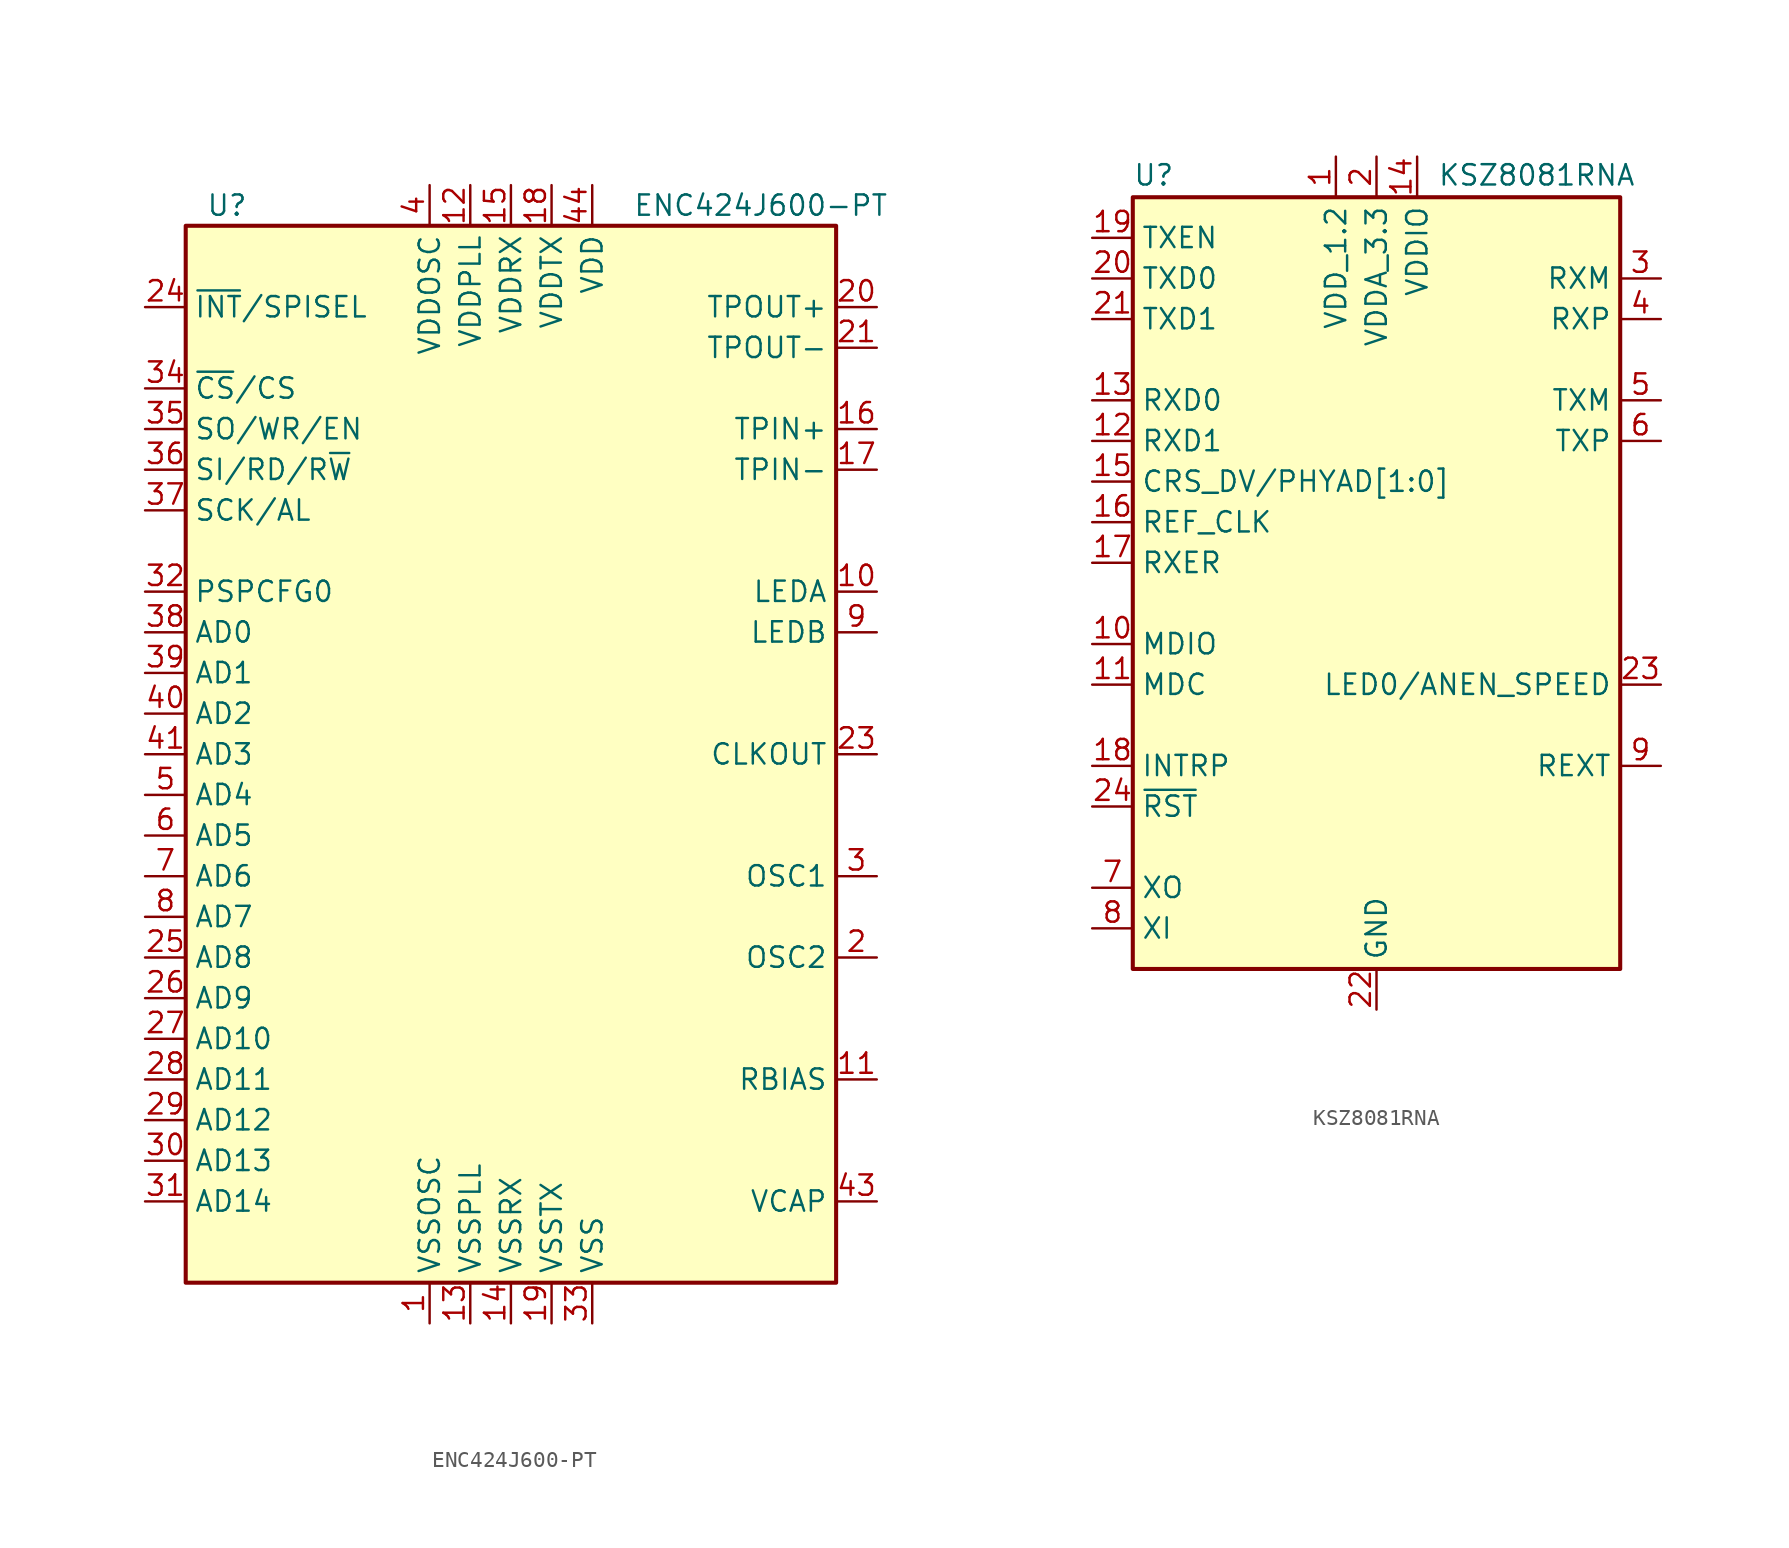
<source format=kicad_sym>
(kicad_symbol_lib
  (version 20211014)
  (generator kicad_symbol_editor)
  (symbol "ENC424J600-PT"
    (property "Reference" "U"
      (at -19.05 34.29 0)
      (effects (font (size 1.27 1.27)) (justify left)))
    (property "Value" "ENC424J600-PT"
      (at 7.62 34.29 0)
      (effects (font (size 1.27 1.27)) (justify left)))
    (symbol "ENC424J600-PT_0_1"
      (rectangle (start -20.32 33.02) (end 20.32 -33.02) (stroke (width 0.254) (type default) (color 0 0 0 0)) (fill (type background))))
    (symbol "ENC424J600-PT_1_1"
      (pin power_in line (at -5.08 -35.56 90) (length 2.54) (name "VSSOSC" (effects (font (size 1.27 1.27)))) (number "1" (effects (font (size 1.27 1.27)))))
      (pin output line (at 22.86 10.16 180) (length 2.54) (name "LEDA" (effects (font (size 1.27 1.27)))) (number "10" (effects (font (size 1.27 1.27)))))
      (pin input line (at 22.86 -20.32 180) (length 2.54) (name "RBIAS" (effects (font (size 1.27 1.27)))) (number "11" (effects (font (size 1.27 1.27)))))
      (pin power_in line (at -2.54 35.56 270) (length 2.54) (name "VDDPLL" (effects (font (size 1.27 1.27)))) (number "12" (effects (font (size 1.27 1.27)))))
      (pin power_in line (at -2.54 -35.56 90) (length 2.54) (name "VSSPLL" (effects (font (size 1.27 1.27)))) (number "13" (effects (font (size 1.27 1.27)))))
      (pin power_in line (at 0 -35.56 90) (length 2.54) (name "VSSRX" (effects (font (size 1.27 1.27)))) (number "14" (effects (font (size 1.27 1.27)))))
      (pin power_in line (at 0 35.56 270) (length 2.54) (name "VDDRX" (effects (font (size 1.27 1.27)))) (number "15" (effects (font (size 1.27 1.27)))))
      (pin input line (at 22.86 20.32 180) (length 2.54) (name "TPIN+" (effects (font (size 1.27 1.27)))) (number "16" (effects (font (size 1.27 1.27)))))
      (pin input line (at 22.86 17.78 180) (length 2.54) (name "TPIN-" (effects (font (size 1.27 1.27)))) (number "17" (effects (font (size 1.27 1.27)))))
      (pin power_in line (at 2.54 35.56 270) (length 2.54) (name "VDDTX" (effects (font (size 1.27 1.27)))) (number "18" (effects (font (size 1.27 1.27)))))
      (pin power_in line (at 2.54 -35.56 90) (length 2.54) (name "VSSTX" (effects (font (size 1.27 1.27)))) (number "19" (effects (font (size 1.27 1.27)))))
      (pin output line (at 22.86 -12.7 180) (length 2.54) (name "OSC2" (effects (font (size 1.27 1.27)))) (number "2" (effects (font (size 1.27 1.27)))))
      (pin output line (at 22.86 27.94 180) (length 2.54) (name "TPOUT+" (effects (font (size 1.27 1.27)))) (number "20" (effects (font (size 1.27 1.27)))))
      (pin output line (at 22.86 25.4 180) (length 2.54) (name "TPOUT-" (effects (font (size 1.27 1.27)))) (number "21" (effects (font (size 1.27 1.27)))))
      (pin passive line (at 2.54 -35.56 90) (length 2.54) hide (name "VSSTX" (effects (font (size 1.27 1.27)))) (number "22" (effects (font (size 1.27 1.27)))))
      (pin output line (at 22.86 0 180) (length 2.54) (name "CLKOUT" (effects (font (size 1.27 1.27)))) (number "23" (effects (font (size 1.27 1.27)))))
      (pin bidirectional line (at -22.86 27.94 0) (length 2.54) (name "~{INT}/SPISEL" (effects (font (size 1.27 1.27)))) (number "24" (effects (font (size 1.27 1.27)))))
      (pin bidirectional line (at -22.86 -12.7 0) (length 2.54) (name "AD8" (effects (font (size 1.27 1.27)))) (number "25" (effects (font (size 1.27 1.27)))))
      (pin bidirectional line (at -22.86 -15.24 0) (length 2.54) (name "AD9" (effects (font (size 1.27 1.27)))) (number "26" (effects (font (size 1.27 1.27)))))
      (pin bidirectional line (at -22.86 -17.78 0) (length 2.54) (name "AD10" (effects (font (size 1.27 1.27)))) (number "27" (effects (font (size 1.27 1.27)))))
      (pin bidirectional line (at -22.86 -20.32 0) (length 2.54) (name "AD11" (effects (font (size 1.27 1.27)))) (number "28" (effects (font (size 1.27 1.27)))))
      (pin bidirectional line (at -22.86 -22.86 0) (length 2.54) (name "AD12" (effects (font (size 1.27 1.27)))) (number "29" (effects (font (size 1.27 1.27)))))
      (pin input line (at 22.86 -7.62 180) (length 2.54) (name "OSC1" (effects (font (size 1.27 1.27)))) (number "3" (effects (font (size 1.27 1.27)))))
      (pin bidirectional line (at -22.86 -25.4 0) (length 2.54) (name "AD13" (effects (font (size 1.27 1.27)))) (number "30" (effects (font (size 1.27 1.27)))))
      (pin bidirectional line (at -22.86 -27.94 0) (length 2.54) (name "AD14" (effects (font (size 1.27 1.27)))) (number "31" (effects (font (size 1.27 1.27)))))
      (pin input line (at -22.86 10.16 0) (length 2.54) (name "PSPCFG0" (effects (font (size 1.27 1.27)))) (number "32" (effects (font (size 1.27 1.27)))))
      (pin power_in line (at 5.08 -35.56 90) (length 2.54) (name "VSS" (effects (font (size 1.27 1.27)))) (number "33" (effects (font (size 1.27 1.27)))))
      (pin input line (at -22.86 22.86 0) (length 2.54) (name "~{CS}/CS" (effects (font (size 1.27 1.27)))) (number "34" (effects (font (size 1.27 1.27)))))
      (pin bidirectional line (at -22.86 20.32 0) (length 2.54) (name "SO/WR/EN" (effects (font (size 1.27 1.27)))) (number "35" (effects (font (size 1.27 1.27)))))
      (pin input line (at -22.86 17.78 0) (length 2.54) (name "SI/RD/R~{W}" (effects (font (size 1.27 1.27)))) (number "36" (effects (font (size 1.27 1.27)))))
      (pin input line (at -22.86 15.24 0) (length 2.54) (name "SCK/AL" (effects (font (size 1.27 1.27)))) (number "37" (effects (font (size 1.27 1.27)))))
      (pin bidirectional line (at -22.86 7.62 0) (length 2.54) (name "AD0" (effects (font (size 1.27 1.27)))) (number "38" (effects (font (size 1.27 1.27)))))
      (pin input line (at -22.86 5.08 0) (length 2.54) (name "AD1" (effects (font (size 1.27 1.27)))) (number "39" (effects (font (size 1.27 1.27)))))
      (pin power_in line (at -5.08 35.56 270) (length 2.54) (name "VDDOSC" (effects (font (size 1.27 1.27)))) (number "4" (effects (font (size 1.27 1.27)))))
      (pin bidirectional line (at -22.86 2.54 0) (length 2.54) (name "AD2" (effects (font (size 1.27 1.27)))) (number "40" (effects (font (size 1.27 1.27)))))
      (pin bidirectional line (at -22.86 0 0) (length 2.54) (name "AD3" (effects (font (size 1.27 1.27)))) (number "41" (effects (font (size 1.27 1.27)))))
      (pin passive line (at 5.08 -35.56 90) (length 2.54) hide (name "VSS" (effects (font (size 1.27 1.27)))) (number "42" (effects (font (size 1.27 1.27)))))
      (pin input line (at 22.86 -27.94 180) (length 2.54) (name "VCAP" (effects (font (size 1.27 1.27)))) (number "43" (effects (font (size 1.27 1.27)))))
      (pin power_in line (at 5.08 35.56 270) (length 2.54) (name "VDD" (effects (font (size 1.27 1.27)))) (number "44" (effects (font (size 1.27 1.27)))))
      (pin bidirectional line (at -22.86 -2.54 0) (length 2.54) (name "AD4" (effects (font (size 1.27 1.27)))) (number "5" (effects (font (size 1.27 1.27)))))
      (pin bidirectional line (at -22.86 -5.08 0) (length 2.54) (name "AD5" (effects (font (size 1.27 1.27)))) (number "6" (effects (font (size 1.27 1.27)))))
      (pin bidirectional line (at -22.86 -7.62 0) (length 2.54) (name "AD6" (effects (font (size 1.27 1.27)))) (number "7" (effects (font (size 1.27 1.27)))))
      (pin bidirectional line (at -22.86 -10.16 0) (length 2.54) (name "AD7" (effects (font (size 1.27 1.27)))) (number "8" (effects (font (size 1.27 1.27)))))
      (pin output line (at 22.86 7.62 180) (length 2.54) (name "LEDB" (effects (font (size 1.27 1.27)))) (number "9" (effects (font (size 1.27 1.27)))))))
  (symbol "KSZ8081RNA"
    (property "Reference" "U"
      (at -15.24 26.035 0)
      (effects (font (size 1.27 1.27)) (justify left bottom)))
    (property "Value" "KSZ8081RNA"
      (at 3.81 26.035 0)
      (effects (font (size 1.27 1.27)) (justify left bottom)))
    (symbol "KSZ8081RNA_0_1"
      (rectangle (start -15.24 25.4) (end 15.24 -22.86) (stroke (width 0.254) (type default) (color 0 0 0 0)) (fill (type background))))
    (symbol "KSZ8081RNA_1_1"
      (pin power_in line (at -2.54 27.94 270) (length 2.54) (name "VDD_1.2" (effects (font (size 1.27 1.27)))) (number "1" (effects (font (size 1.27 1.27)))))
      (pin bidirectional line (at -17.78 -2.54 0) (length 2.54) (name "MDIO" (effects (font (size 1.27 1.27)))) (number "10" (effects (font (size 1.27 1.27)))))
      (pin input line (at -17.78 -5.08 0) (length 2.54) (name "MDC" (effects (font (size 1.27 1.27)))) (number "11" (effects (font (size 1.27 1.27)))))
      (pin output line (at -17.78 10.16 0) (length 2.54) (name "RXD1" (effects (font (size 1.27 1.27)))) (number "12" (effects (font (size 1.27 1.27)))))
      (pin output line (at -17.78 12.7 0) (length 2.54) (name "RXD0" (effects (font (size 1.27 1.27)))) (number "13" (effects (font (size 1.27 1.27)))))
      (pin power_in line (at 2.54 27.94 270) (length 2.54) (name "VDDIO" (effects (font (size 1.27 1.27)))) (number "14" (effects (font (size 1.27 1.27)))))
      (pin output line (at -17.78 7.62 0) (length 2.54) (name "CRS_DV/PHYAD[1:0]" (effects (font (size 1.27 1.27)))) (number "15" (effects (font (size 1.27 1.27)))))
      (pin output line (at -17.78 5.08 0) (length 2.54) (name "REF_CLK" (effects (font (size 1.27 1.27)))) (number "16" (effects (font (size 1.27 1.27)))))
      (pin output line (at -17.78 2.54 0) (length 2.54) (name "RXER" (effects (font (size 1.27 1.27)))) (number "17" (effects (font (size 1.27 1.27)))))
      (pin bidirectional line (at -17.78 -10.16 0) (length 2.54) (name "INTRP" (effects (font (size 1.27 1.27)))) (number "18" (effects (font (size 1.27 1.27)))))
      (pin input line (at -17.78 22.86 0) (length 2.54) (name "TXEN" (effects (font (size 1.27 1.27)))) (number "19" (effects (font (size 1.27 1.27)))))
      (pin power_in line (at 0 27.94 270) (length 2.54) (name "VDDA_3.3" (effects (font (size 1.27 1.27)))) (number "2" (effects (font (size 1.27 1.27)))))
      (pin input line (at -17.78 20.32 0) (length 2.54) (name "TXD0" (effects (font (size 1.27 1.27)))) (number "20" (effects (font (size 1.27 1.27)))))
      (pin bidirectional line (at -17.78 17.78 0) (length 2.54) (name "TXD1" (effects (font (size 1.27 1.27)))) (number "21" (effects (font (size 1.27 1.27)))))
      (pin power_in line (at 0 -25.4 90) (length 2.54) (name "GND" (effects (font (size 1.27 1.27)))) (number "22" (effects (font (size 1.27 1.27)))))
      (pin output line (at 17.78 -5.08 180) (length 2.54) (name "LED0/ANEN_SPEED" (effects (font (size 1.27 1.27)))) (number "23" (effects (font (size 1.27 1.27)))))
      (pin input line (at -17.78 -12.7 0) (length 2.54) (name "~{RST}" (effects (font (size 1.27 1.27)))) (number "24" (effects (font (size 1.27 1.27)))))
      (pin passive line (at 0 -25.4 90) (length 2.54) hide (name "GND" (effects (font (size 1.27 1.27)))) (number "25" (effects (font (size 1.27 1.27)))))
      (pin bidirectional line (at 17.78 20.32 180) (length 2.54) (name "RXM" (effects (font (size 1.27 1.27)))) (number "3" (effects (font (size 1.27 1.27)))))
      (pin bidirectional line (at 17.78 17.78 180) (length 2.54) (name "RXP" (effects (font (size 1.27 1.27)))) (number "4" (effects (font (size 1.27 1.27)))))
      (pin bidirectional line (at 17.78 12.7 180) (length 2.54) (name "TXM" (effects (font (size 1.27 1.27)))) (number "5" (effects (font (size 1.27 1.27)))))
      (pin bidirectional line (at 17.78 10.16 180) (length 2.54) (name "TXP" (effects (font (size 1.27 1.27)))) (number "6" (effects (font (size 1.27 1.27)))))
      (pin output line (at -17.78 -17.78 0) (length 2.54) (name "XO" (effects (font (size 1.27 1.27)))) (number "7" (effects (font (size 1.27 1.27)))))
      (pin input line (at -17.78 -20.32 0) (length 2.54) (name "XI" (effects (font (size 1.27 1.27)))) (number "8" (effects (font (size 1.27 1.27)))))
      (pin passive line (at 17.78 -10.16 180) (length 2.54) (name "REXT" (effects (font (size 1.27 1.27)))) (number "9" (effects (font (size 1.27 1.27))))))))
</source>
